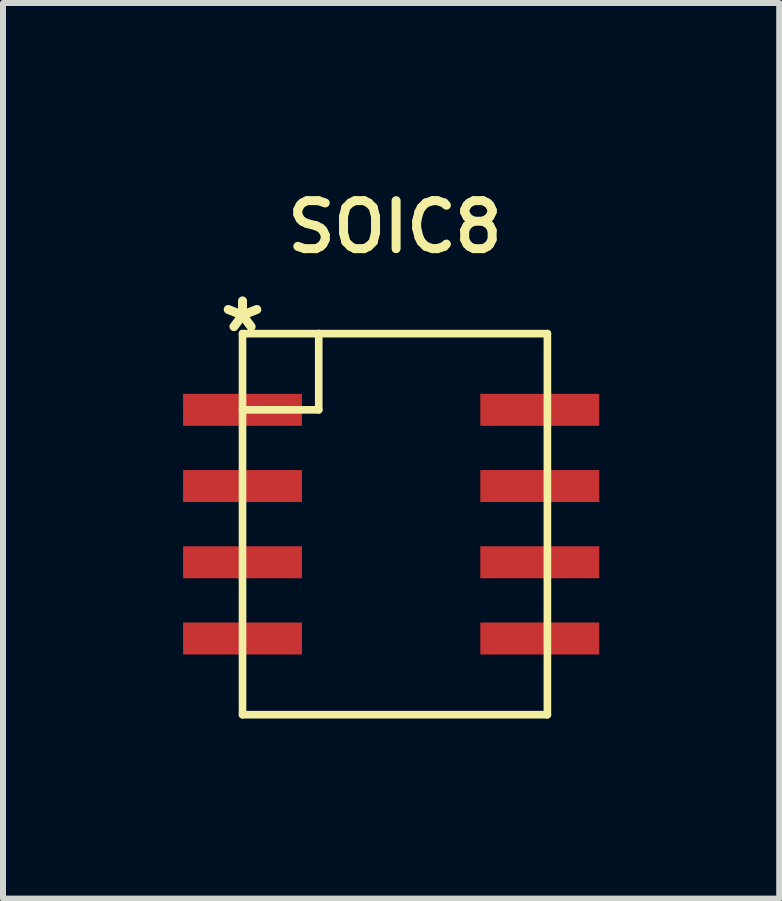
<source format=kicad_pcb>
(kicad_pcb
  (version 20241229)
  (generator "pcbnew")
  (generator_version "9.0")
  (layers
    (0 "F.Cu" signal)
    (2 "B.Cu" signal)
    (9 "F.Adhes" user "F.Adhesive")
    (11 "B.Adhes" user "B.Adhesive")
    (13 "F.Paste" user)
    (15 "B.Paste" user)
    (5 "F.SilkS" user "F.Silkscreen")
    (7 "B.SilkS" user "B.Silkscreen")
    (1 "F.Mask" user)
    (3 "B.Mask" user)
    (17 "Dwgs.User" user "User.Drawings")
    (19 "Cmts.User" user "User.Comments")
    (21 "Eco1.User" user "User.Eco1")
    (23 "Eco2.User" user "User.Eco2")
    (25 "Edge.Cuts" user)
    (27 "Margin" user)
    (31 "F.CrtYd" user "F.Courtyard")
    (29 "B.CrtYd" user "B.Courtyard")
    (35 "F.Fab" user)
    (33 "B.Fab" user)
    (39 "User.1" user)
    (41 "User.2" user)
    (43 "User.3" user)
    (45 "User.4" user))
  (footprint "SOIC8"
    (layer "F.Cu")
    (at 0.991 7.589)
    (property "Reference" "SOIC8" (at 2.54 -6.858 0) (layer "F.SilkS") (effects (font (size 0.8 0.8) (thickness 0.15))))
    (attr smd)
    (fp_line (start 0 -5.08) (end 1.27 -5.08) (stroke (width 0.127) (type solid)) (layer "F.SilkS"))
    (fp_line (start 0 -3.81) (end 0 -5.08) (stroke (width 0.127) (type solid)) (layer "F.SilkS"))
    (fp_line (start 0 -3.81) (end 1.27 -3.81) (stroke (width 0.127) (type solid)) (layer "F.SilkS"))
    (fp_line (start 0 1.27) (end 0 -3.81) (stroke (width 0.127) (type solid)) (layer "F.SilkS"))
    (fp_line (start 1.27 -5.08) (end 5.08 -5.08) (stroke (width 0.127) (type solid)) (layer "F.SilkS"))
    (fp_line (start 1.27 -3.81) (end 1.27 -5.08) (stroke (width 0.127) (type solid)) (layer "F.SilkS"))
    (fp_line (start 5.08 -5.08) (end 5.08 1.27) (stroke (width 0.127) (type solid)) (layer "F.SilkS"))
    (fp_line (start 5.08 1.27) (end 0 1.27) (stroke (width 0.127) (type solid)) (layer "F.SilkS"))
    (fp_text user "*" (at 0 -5.08 0) (layer "F.SilkS") (effects (font (size 1 1) (thickness 0.15))))
    (pad "P$1" smd rect (at 0 -3.81) (size 1.981 0.533) (layers "F.Cu" "F.Mask" "F.Paste"))
    (pad "P$2" smd rect (at 0 -2.54) (size 1.981 0.533) (layers "F.Cu" "F.Mask" "F.Paste"))
    (pad "P$3" smd rect (at 0 -1.27) (size 1.981 0.533) (layers "F.Cu" "F.Mask" "F.Paste"))
    (pad "P$4" smd rect (at 0 0) (size 1.981 0.533) (layers "F.Cu" "F.Mask" "F.Paste"))
    (pad "P$5" smd rect (at 4.953 0) (size 1.981 0.533) (layers "F.Cu" "F.Mask" "F.Paste"))
    (pad "P$6" smd rect (at 4.953 -1.27) (size 1.981 0.533) (layers "F.Cu" "F.Mask" "F.Paste"))
    (pad "P$7" smd rect (at 4.953 -2.54) (size 1.981 0.533) (layers "F.Cu" "F.Mask" "F.Paste"))
    (pad "P$8" smd rect (at 4.953 -3.81) (size 1.981 0.533) (layers "F.Cu" "F.Mask" "F.Paste")))
  (gr_rect
    (start -3 -3)
    (end 9.934 11.923)
    (stroke (width 0.1) (type default))
    (fill no)
    (layer "Edge.Cuts")))
</source>
